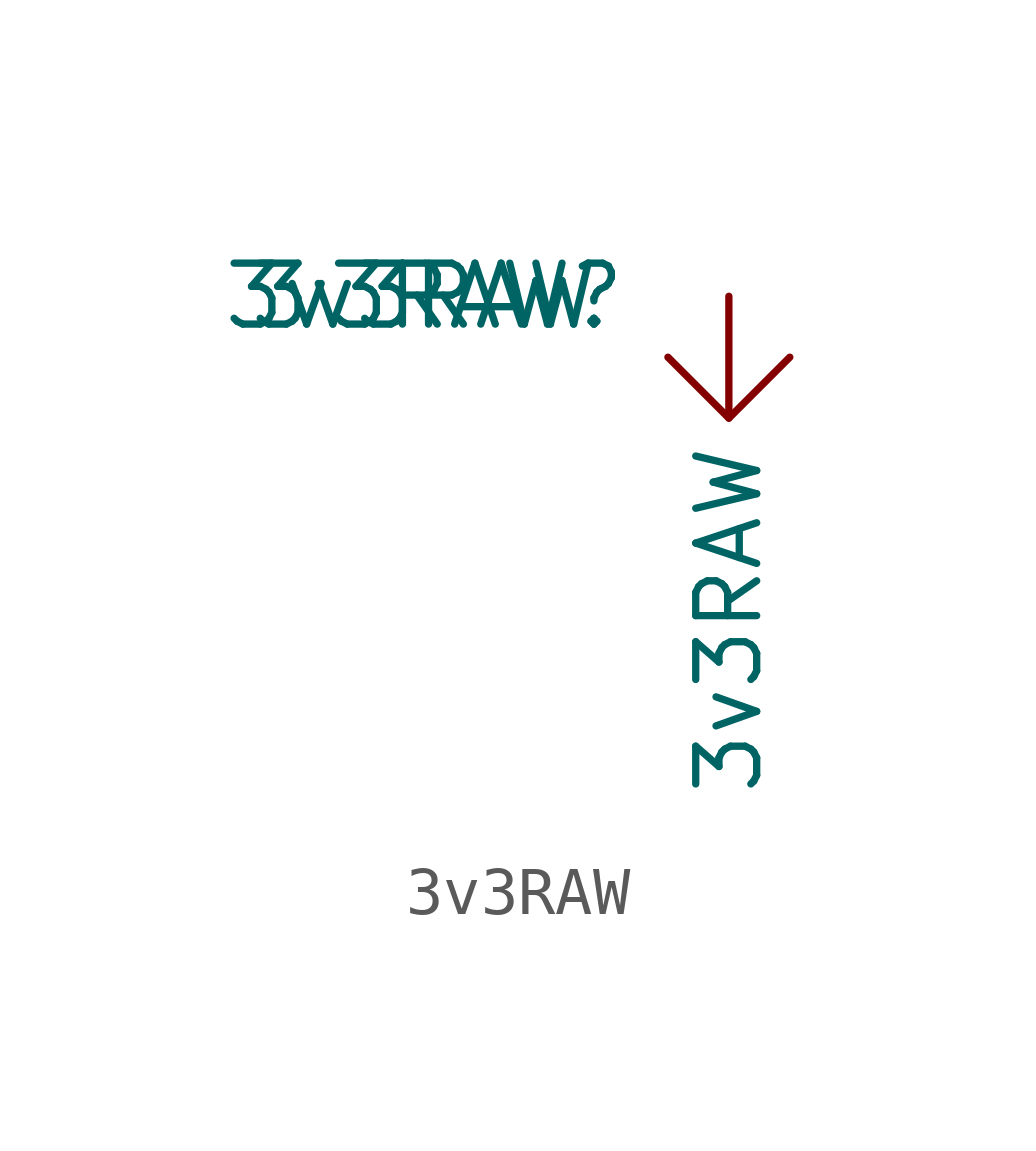
<source format=kicad_sym>
(kicad_symbol_lib
  (version 20211014)
  (generator kicad_symbol_editor)
  (symbol "3v3RAW"
    (power)
    (property "Reference" "3v3RAW"
      (at 0 0 0)
      (effects (font (size 1.27 1.27))))
    (property "Value" "3v3RAW"
      (at 0 0 0)
      (effects (font (size 1.27 1.27))))
    (symbol "3v3RAW_0_1"
      (polyline (pts (xy 7.62 -1.27) (xy 6.35 -2.54) (xy 5.08 -1.27)) (stroke (width 0) (type default) (color 0 0 0 0)) (fill (type none))))
    (symbol "3v3RAW_1_1"
      (pin power_in line (at 6.35 0 270) (length 2.54) (name "3v3RAW" (effects (font (size 1.27 1.27)))) (number "" (effects (font (size 1.27 1.27))))))))
</source>
